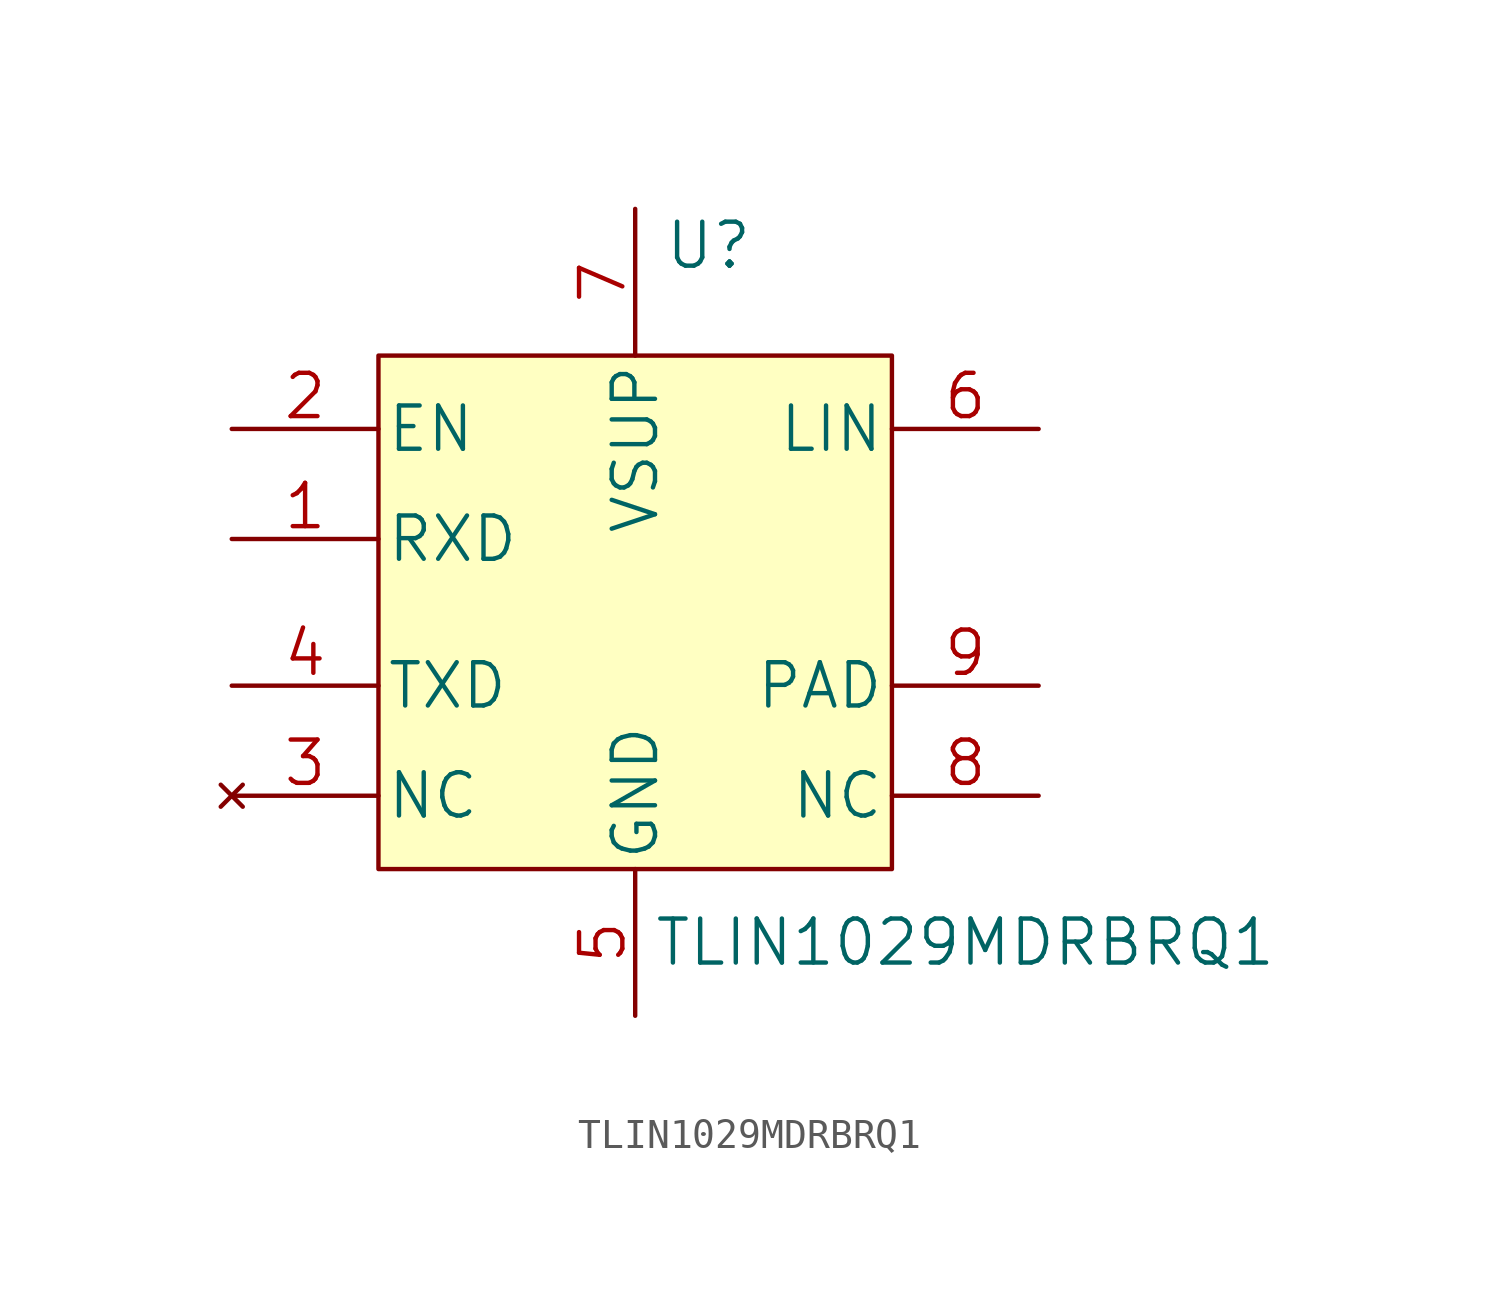
<source format=kicad_sym>
(kicad_symbol_lib
  (version 20220914)
  (generator kicad_symbol_editor)
  (symbol "TLIN1029MDRBRQ1"
    (pin_names
      (offset 0.254))
    (property "Reference" "U"
      (at 2.54 12.7 0)
      (effects (font (size 1.524 1.524))))
    (property "Value" "TLIN1029MDRBRQ1"
      (at 11.43 -11.43 0)
      (effects (font (size 1.524 1.524))))
    (property "Datasheet" ""
      (at 0 0 0)
      (effects (font (size 1.524 1.524))))
    (property "ki_locked" ""
      (at 0 0 0)
      (effects (font (size 1.27 1.27))))
    (symbol "TLIN1029MDRBRQ1_1_1"
      (rectangle (start -8.89 8.89) (end 8.89 -8.89) (stroke (width 0) (type solid)) (fill (type background)))
      (pin open_collector line (at -13.97 2.54 0) (length 5.08) (name "RXD" (effects (font (size 1.499 1.499)))) (number "1" (effects (font (size 1.499 1.499)))))
      (pin input line (at -13.97 6.35 0) (length 5.08) (name "EN" (effects (font (size 1.499 1.499)))) (number "2" (effects (font (size 1.499 1.499)))))
      (pin no_connect line (at -13.97 -6.35 0) (length 5.08) (name "NC" (effects (font (size 1.499 1.499)))) (number "3" (effects (font (size 1.499 1.499)))))
      (pin input line (at -13.97 -2.54 0) (length 5.08) (name "TXD" (effects (font (size 1.499 1.499)))) (number "4" (effects (font (size 1.499 1.499)))))
      (pin power_in line (at 0 -13.97 90) (length 5.08) (name "GND" (effects (font (size 1.499 1.499)))) (number "5" (effects (font (size 1.499 1.499)))))
      (pin bidirectional line (at 13.97 6.35 180) (length 5.08) (name "LIN" (effects (font (size 1.499 1.499)))) (number "6" (effects (font (size 1.499 1.499)))))
      (pin power_in line (at 0 13.97 270) (length 5.08) (name "VSUP" (effects (font (size 1.499 1.499)))) (number "7" (effects (font (size 1.499 1.499)))))
      (pin unspecified line (at 13.97 -6.35 180) (length 5.08) (name "NC" (effects (font (size 1.499 1.499)))) (number "8" (effects (font (size 1.499 1.499)))))
      (pin power_in line (at 13.97 -2.54 180) (length 5.08) (name "PAD" (effects (font (size 1.499 1.499)))) (number "9" (effects (font (size 1.499 1.499))))))))
</source>
